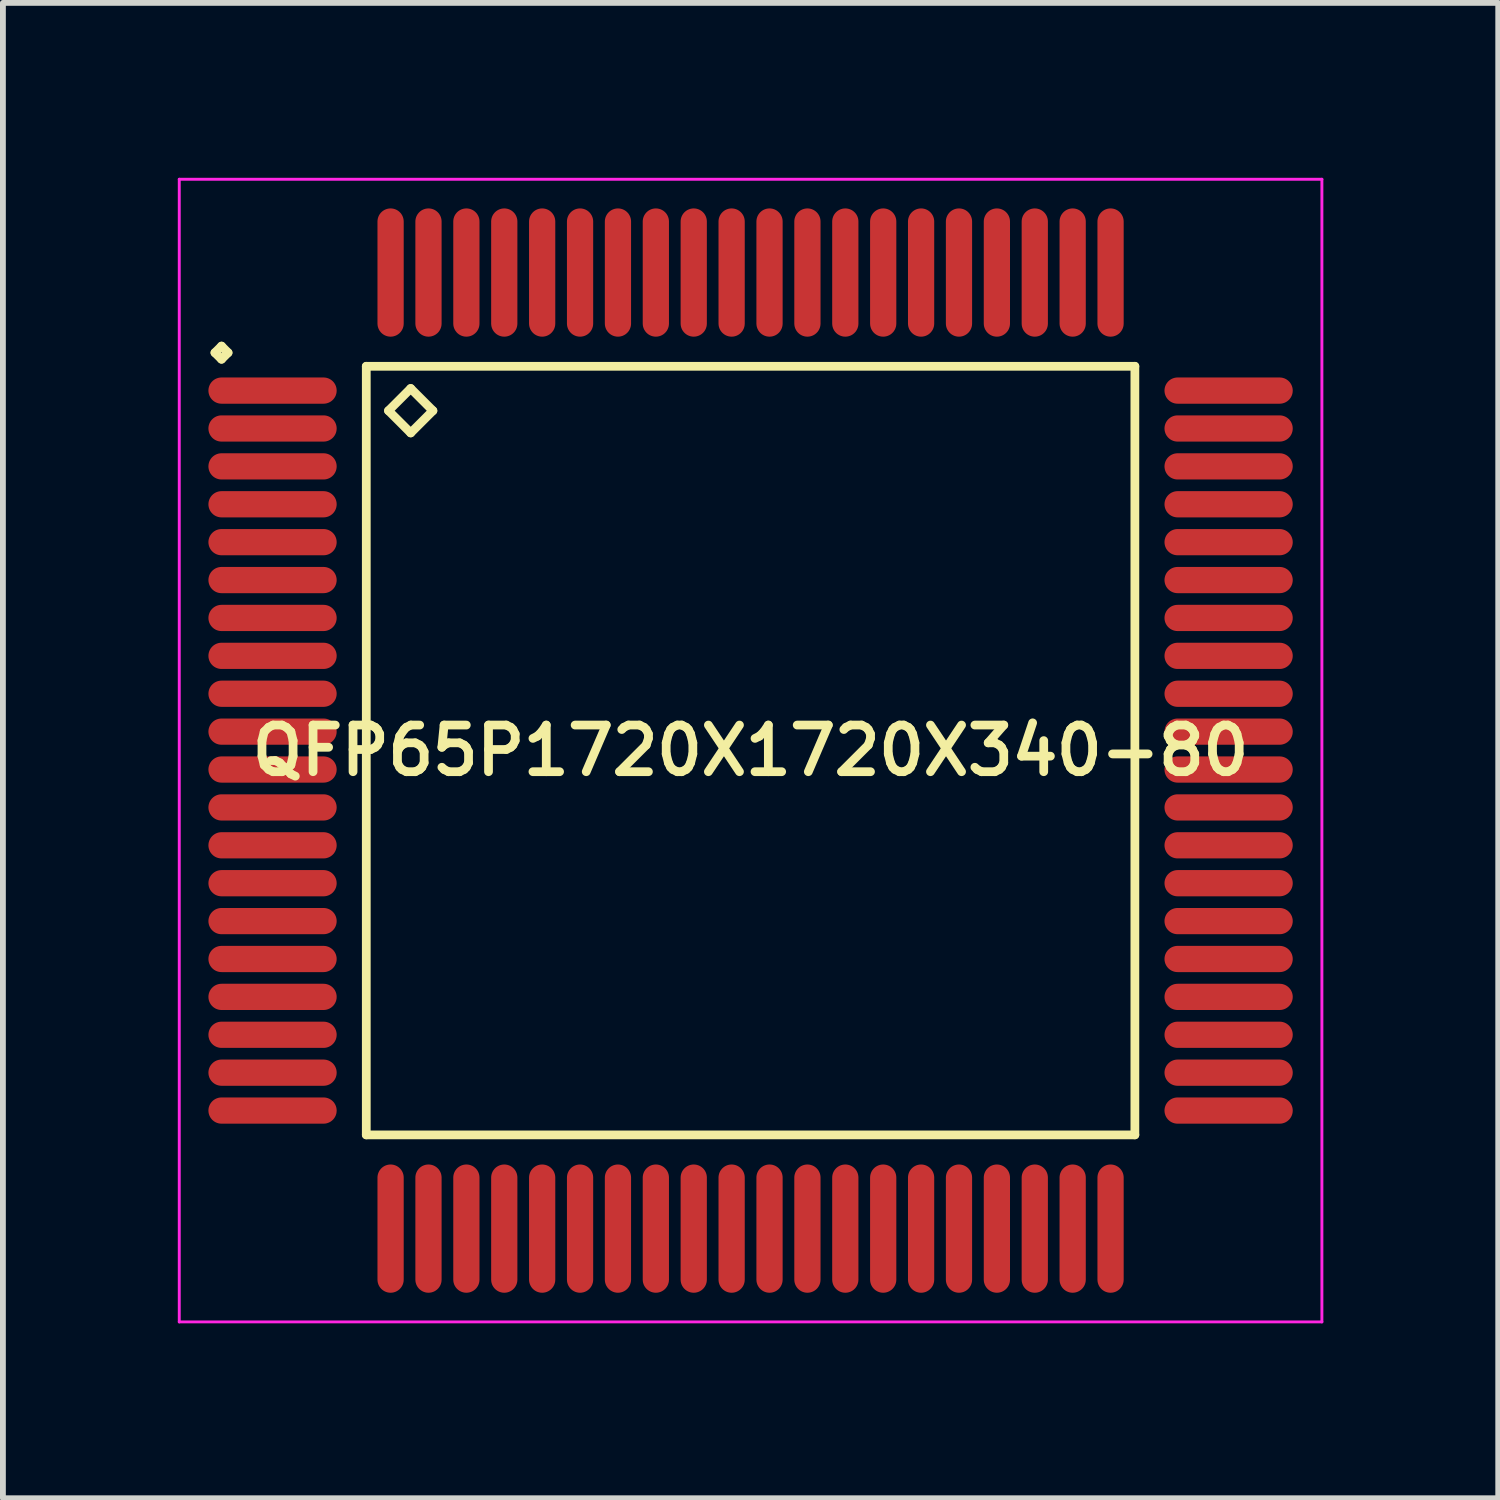
<source format=kicad_pcb>
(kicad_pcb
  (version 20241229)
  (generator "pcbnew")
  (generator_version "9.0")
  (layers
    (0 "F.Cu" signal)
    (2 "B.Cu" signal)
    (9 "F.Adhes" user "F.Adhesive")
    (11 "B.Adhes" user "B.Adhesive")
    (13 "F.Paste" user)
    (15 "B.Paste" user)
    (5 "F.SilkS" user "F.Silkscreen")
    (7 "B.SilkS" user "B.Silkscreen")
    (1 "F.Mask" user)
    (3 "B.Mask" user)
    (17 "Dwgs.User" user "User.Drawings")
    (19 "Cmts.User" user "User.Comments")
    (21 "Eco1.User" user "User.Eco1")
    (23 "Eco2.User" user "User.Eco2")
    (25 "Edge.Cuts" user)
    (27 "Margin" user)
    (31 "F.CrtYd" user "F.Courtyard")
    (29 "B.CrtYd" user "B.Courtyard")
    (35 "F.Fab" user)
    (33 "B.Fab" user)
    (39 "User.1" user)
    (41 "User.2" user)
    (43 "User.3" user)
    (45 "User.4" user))
  (footprint "QFP65P1720X1720X340-80"
    (layer "F.Cu")
    (at 9.825 9.825)
    (property "Reference" "QFP65P1720X1720X340-80" (at 0 0 0) (layer "F.SilkS") (effects (font (size 0.8 0.8) (thickness 0.15))))
    (attr smd)
    (fp_line (start -9.188 -6.825) (end -9.075 -6.938) (stroke (width 0.15) (type solid)) (layer "F.SilkS"))
    (fp_line (start -9.075 -6.938) (end -8.963 -6.825) (stroke (width 0.15) (type solid)) (layer "F.SilkS"))
    (fp_line (start -9.075 -6.713) (end -9.188 -6.825) (stroke (width 0.15) (type solid)) (layer "F.SilkS"))
    (fp_line (start -8.963 -6.825) (end -9.075 -6.713) (stroke (width 0.15) (type solid)) (layer "F.SilkS"))
    (fp_line (start -6.592 -6.592) (end -6.592 6.592) (stroke (width 0.15) (type solid)) (layer "F.SilkS"))
    (fp_line (start -6.592 6.592) (end 6.592 6.592) (stroke (width 0.15) (type solid)) (layer "F.SilkS"))
    (fp_line (start -6.211 -5.83) (end -5.83 -6.211) (stroke (width 0.15) (type solid)) (layer "F.SilkS"))
    (fp_line (start -5.83 -6.211) (end -5.449 -5.83) (stroke (width 0.15) (type solid)) (layer "F.SilkS"))
    (fp_line (start -5.83 -5.449) (end -6.211 -5.83) (stroke (width 0.15) (type solid)) (layer "F.SilkS"))
    (fp_line (start -5.449 -5.83) (end -5.83 -5.449) (stroke (width 0.15) (type solid)) (layer "F.SilkS"))
    (fp_line (start 6.592 -6.592) (end -6.592 -6.592) (stroke (width 0.15) (type solid)) (layer "F.SilkS"))
    (fp_line (start 6.592 6.592) (end 6.592 -6.592) (stroke (width 0.15) (type solid)) (layer "F.SilkS"))
    (fp_line (start -9.8 -9.8) (end 9.8 -9.8) (stroke (width 0.05) (type solid)) (layer "F.CrtYd"))
    (fp_line (start -9.8 9.8) (end -9.8 -9.8) (stroke (width 0.05) (type solid)) (layer "F.CrtYd"))
    (fp_line (start 9.8 -9.8) (end 9.8 9.8) (stroke (width 0.05) (type solid)) (layer "F.CrtYd"))
    (fp_line (start 9.8 9.8) (end -9.8 9.8) (stroke (width 0.05) (type solid)) (layer "F.CrtYd"))
    (pad "1" smd oval (at -8.2 -6.175) (size 2.2 0.45) (layers "F.Cu" "F.Mask" "F.Paste"))
    (pad "2" smd oval (at -8.2 -5.525) (size 2.2 0.45) (layers "F.Cu" "F.Mask" "F.Paste"))
    (pad "3" smd oval (at -8.2 -4.875) (size 2.2 0.45) (layers "F.Cu" "F.Mask" "F.Paste"))
    (pad "4" smd oval (at -8.2 -4.225) (size 2.2 0.45) (layers "F.Cu" "F.Mask" "F.Paste"))
    (pad "5" smd oval (at -8.2 -3.575) (size 2.2 0.45) (layers "F.Cu" "F.Mask" "F.Paste"))
    (pad "6" smd oval (at -8.2 -2.925) (size 2.2 0.45) (layers "F.Cu" "F.Mask" "F.Paste"))
    (pad "7" smd oval (at -8.2 -2.275) (size 2.2 0.45) (layers "F.Cu" "F.Mask" "F.Paste"))
    (pad "8" smd oval (at -8.2 -1.625) (size 2.2 0.45) (layers "F.Cu" "F.Mask" "F.Paste"))
    (pad "9" smd oval (at -8.2 -0.975) (size 2.2 0.45) (layers "F.Cu" "F.Mask" "F.Paste"))
    (pad "10" smd oval (at -8.2 -0.325) (size 2.2 0.45) (layers "F.Cu" "F.Mask" "F.Paste"))
    (pad "11" smd oval (at -8.2 0.325) (size 2.2 0.45) (layers "F.Cu" "F.Mask" "F.Paste"))
    (pad "12" smd oval (at -8.2 0.975) (size 2.2 0.45) (layers "F.Cu" "F.Mask" "F.Paste"))
    (pad "13" smd oval (at -8.2 1.625) (size 2.2 0.45) (layers "F.Cu" "F.Mask" "F.Paste"))
    (pad "14" smd oval (at -8.2 2.275) (size 2.2 0.45) (layers "F.Cu" "F.Mask" "F.Paste"))
    (pad "15" smd oval (at -8.2 2.925) (size 2.2 0.45) (layers "F.Cu" "F.Mask" "F.Paste"))
    (pad "16" smd oval (at -8.2 3.575) (size 2.2 0.45) (layers "F.Cu" "F.Mask" "F.Paste"))
    (pad "17" smd oval (at -8.2 4.225) (size 2.2 0.45) (layers "F.Cu" "F.Mask" "F.Paste"))
    (pad "18" smd oval (at -8.2 4.875) (size 2.2 0.45) (layers "F.Cu" "F.Mask" "F.Paste"))
    (pad "19" smd oval (at -8.2 5.525) (size 2.2 0.45) (layers "F.Cu" "F.Mask" "F.Paste"))
    (pad "20" smd oval (at -8.2 6.175) (size 2.2 0.45) (layers "F.Cu" "F.Mask" "F.Paste"))
    (pad "21" smd oval (at -6.175 8.2) (size 0.45 2.2) (layers "F.Cu" "F.Mask" "F.Paste"))
    (pad "22" smd oval (at -5.525 8.2) (size 0.45 2.2) (layers "F.Cu" "F.Mask" "F.Paste"))
    (pad "23" smd oval (at -4.875 8.2) (size 0.45 2.2) (layers "F.Cu" "F.Mask" "F.Paste"))
    (pad "24" smd oval (at -4.225 8.2) (size 0.45 2.2) (layers "F.Cu" "F.Mask" "F.Paste"))
    (pad "25" smd oval (at -3.575 8.2) (size 0.45 2.2) (layers "F.Cu" "F.Mask" "F.Paste"))
    (pad "26" smd oval (at -2.925 8.2) (size 0.45 2.2) (layers "F.Cu" "F.Mask" "F.Paste"))
    (pad "27" smd oval (at -2.275 8.2) (size 0.45 2.2) (layers "F.Cu" "F.Mask" "F.Paste"))
    (pad "28" smd oval (at -1.625 8.2) (size 0.45 2.2) (layers "F.Cu" "F.Mask" "F.Paste"))
    (pad "29" smd oval (at -0.975 8.2) (size 0.45 2.2) (layers "F.Cu" "F.Mask" "F.Paste"))
    (pad "30" smd oval (at -0.325 8.2) (size 0.45 2.2) (layers "F.Cu" "F.Mask" "F.Paste"))
    (pad "31" smd oval (at 0.325 8.2) (size 0.45 2.2) (layers "F.Cu" "F.Mask" "F.Paste"))
    (pad "32" smd oval (at 0.975 8.2) (size 0.45 2.2) (layers "F.Cu" "F.Mask" "F.Paste"))
    (pad "33" smd oval (at 1.625 8.2) (size 0.45 2.2) (layers "F.Cu" "F.Mask" "F.Paste"))
    (pad "34" smd oval (at 2.275 8.2) (size 0.45 2.2) (layers "F.Cu" "F.Mask" "F.Paste"))
    (pad "35" smd oval (at 2.925 8.2) (size 0.45 2.2) (layers "F.Cu" "F.Mask" "F.Paste"))
    (pad "36" smd oval (at 3.575 8.2) (size 0.45 2.2) (layers "F.Cu" "F.Mask" "F.Paste"))
    (pad "37" smd oval (at 4.225 8.2) (size 0.45 2.2) (layers "F.Cu" "F.Mask" "F.Paste"))
    (pad "38" smd oval (at 4.875 8.2) (size 0.45 2.2) (layers "F.Cu" "F.Mask" "F.Paste"))
    (pad "39" smd oval (at 5.525 8.2) (size 0.45 2.2) (layers "F.Cu" "F.Mask" "F.Paste"))
    (pad "40" smd oval (at 6.175 8.2) (size 0.45 2.2) (layers "F.Cu" "F.Mask" "F.Paste"))
    (pad "41" smd oval (at 8.2 6.175) (size 2.2 0.45) (layers "F.Cu" "F.Mask" "F.Paste"))
    (pad "42" smd oval (at 8.2 5.525) (size 2.2 0.45) (layers "F.Cu" "F.Mask" "F.Paste"))
    (pad "43" smd oval (at 8.2 4.875) (size 2.2 0.45) (layers "F.Cu" "F.Mask" "F.Paste"))
    (pad "44" smd oval (at 8.2 4.225) (size 2.2 0.45) (layers "F.Cu" "F.Mask" "F.Paste"))
    (pad "45" smd oval (at 8.2 3.575) (size 2.2 0.45) (layers "F.Cu" "F.Mask" "F.Paste"))
    (pad "46" smd oval (at 8.2 2.925) (size 2.2 0.45) (layers "F.Cu" "F.Mask" "F.Paste"))
    (pad "47" smd oval (at 8.2 2.275) (size 2.2 0.45) (layers "F.Cu" "F.Mask" "F.Paste"))
    (pad "48" smd oval (at 8.2 1.625) (size 2.2 0.45) (layers "F.Cu" "F.Mask" "F.Paste"))
    (pad "49" smd oval (at 8.2 0.975) (size 2.2 0.45) (layers "F.Cu" "F.Mask" "F.Paste"))
    (pad "50" smd oval (at 8.2 0.325) (size 2.2 0.45) (layers "F.Cu" "F.Mask" "F.Paste"))
    (pad "51" smd oval (at 8.2 -0.325) (size 2.2 0.45) (layers "F.Cu" "F.Mask" "F.Paste"))
    (pad "52" smd oval (at 8.2 -0.975) (size 2.2 0.45) (layers "F.Cu" "F.Mask" "F.Paste"))
    (pad "53" smd oval (at 8.2 -1.625) (size 2.2 0.45) (layers "F.Cu" "F.Mask" "F.Paste"))
    (pad "54" smd oval (at 8.2 -2.275) (size 2.2 0.45) (layers "F.Cu" "F.Mask" "F.Paste"))
    (pad "55" smd oval (at 8.2 -2.925) (size 2.2 0.45) (layers "F.Cu" "F.Mask" "F.Paste"))
    (pad "56" smd oval (at 8.2 -3.575) (size 2.2 0.45) (layers "F.Cu" "F.Mask" "F.Paste"))
    (pad "57" smd oval (at 8.2 -4.225) (size 2.2 0.45) (layers "F.Cu" "F.Mask" "F.Paste"))
    (pad "58" smd oval (at 8.2 -4.875) (size 2.2 0.45) (layers "F.Cu" "F.Mask" "F.Paste"))
    (pad "59" smd oval (at 8.2 -5.525) (size 2.2 0.45) (layers "F.Cu" "F.Mask" "F.Paste"))
    (pad "60" smd oval (at 8.2 -6.175) (size 2.2 0.45) (layers "F.Cu" "F.Mask" "F.Paste"))
    (pad "61" smd oval (at 6.175 -8.2) (size 0.45 2.2) (layers "F.Cu" "F.Mask" "F.Paste"))
    (pad "62" smd oval (at 5.525 -8.2) (size 0.45 2.2) (layers "F.Cu" "F.Mask" "F.Paste"))
    (pad "63" smd oval (at 4.875 -8.2) (size 0.45 2.2) (layers "F.Cu" "F.Mask" "F.Paste"))
    (pad "64" smd oval (at 4.225 -8.2) (size 0.45 2.2) (layers "F.Cu" "F.Mask" "F.Paste"))
    (pad "65" smd oval (at 3.575 -8.2) (size 0.45 2.2) (layers "F.Cu" "F.Mask" "F.Paste"))
    (pad "66" smd oval (at 2.925 -8.2) (size 0.45 2.2) (layers "F.Cu" "F.Mask" "F.Paste"))
    (pad "67" smd oval (at 2.275 -8.2) (size 0.45 2.2) (layers "F.Cu" "F.Mask" "F.Paste"))
    (pad "68" smd oval (at 1.625 -8.2) (size 0.45 2.2) (layers "F.Cu" "F.Mask" "F.Paste"))
    (pad "69" smd oval (at 0.975 -8.2) (size 0.45 2.2) (layers "F.Cu" "F.Mask" "F.Paste"))
    (pad "70" smd oval (at 0.325 -8.2) (size 0.45 2.2) (layers "F.Cu" "F.Mask" "F.Paste"))
    (pad "71" smd oval (at -0.325 -8.2) (size 0.45 2.2) (layers "F.Cu" "F.Mask" "F.Paste"))
    (pad "72" smd oval (at -0.975 -8.2) (size 0.45 2.2) (layers "F.Cu" "F.Mask" "F.Paste"))
    (pad "73" smd oval (at -1.625 -8.2) (size 0.45 2.2) (layers "F.Cu" "F.Mask" "F.Paste"))
    (pad "74" smd oval (at -2.275 -8.2) (size 0.45 2.2) (layers "F.Cu" "F.Mask" "F.Paste"))
    (pad "75" smd oval (at -2.925 -8.2) (size 0.45 2.2) (layers "F.Cu" "F.Mask" "F.Paste"))
    (pad "76" smd oval (at -3.575 -8.2) (size 0.45 2.2) (layers "F.Cu" "F.Mask" "F.Paste"))
    (pad "77" smd oval (at -4.225 -8.2) (size 0.45 2.2) (layers "F.Cu" "F.Mask" "F.Paste"))
    (pad "78" smd oval (at -4.875 -8.2) (size 0.45 2.2) (layers "F.Cu" "F.Mask" "F.Paste"))
    (pad "79" smd oval (at -5.525 -8.2) (size 0.45 2.2) (layers "F.Cu" "F.Mask" "F.Paste"))
    (pad "80" smd oval (at -6.175 -8.2) (size 0.45 2.2) (layers "F.Cu" "F.Mask" "F.Paste")))
  (gr_rect
    (start -3 -3)
    (end 22.65 22.65)
    (stroke (width 0.1) (type default))
    (fill no)
    (layer "Edge.Cuts")))
</source>
